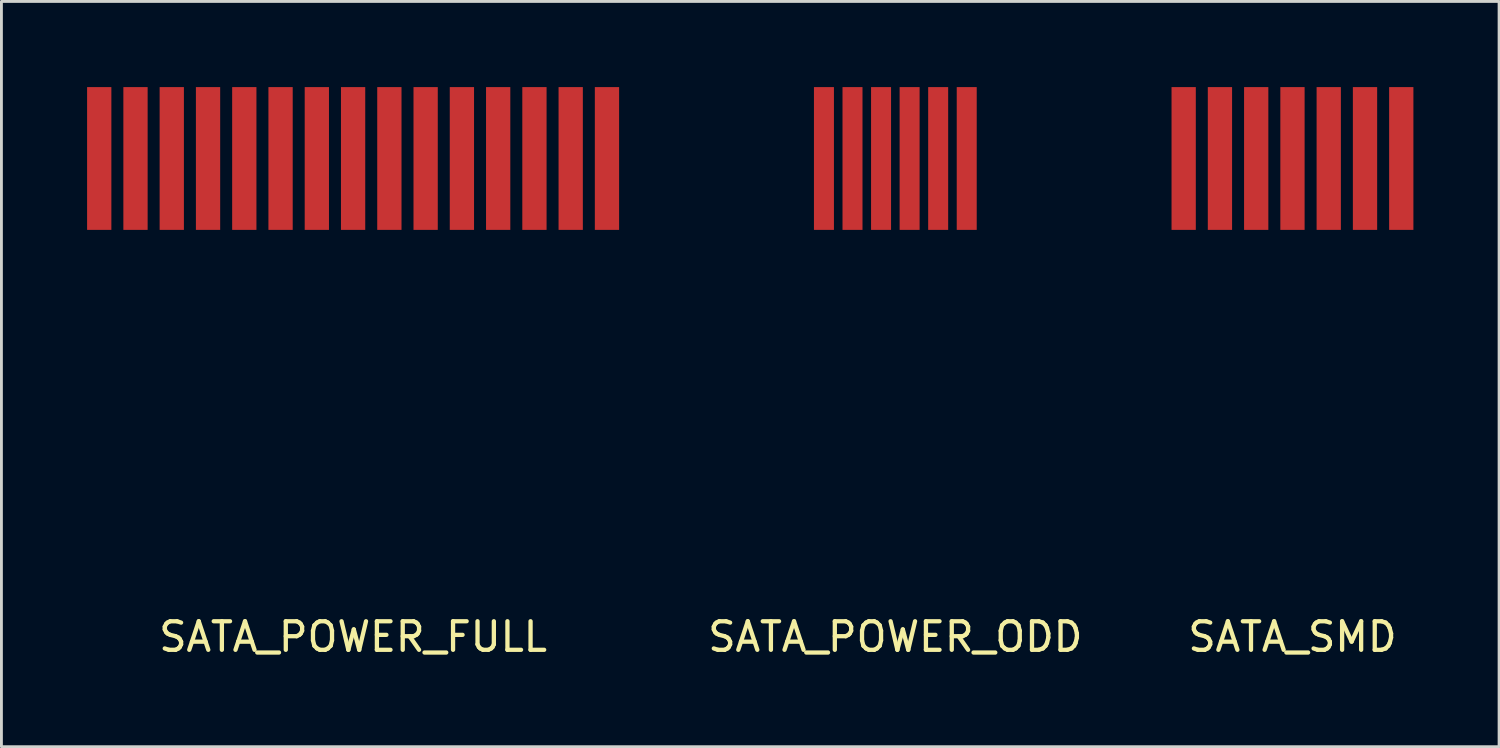
<source format=kicad_pcb>
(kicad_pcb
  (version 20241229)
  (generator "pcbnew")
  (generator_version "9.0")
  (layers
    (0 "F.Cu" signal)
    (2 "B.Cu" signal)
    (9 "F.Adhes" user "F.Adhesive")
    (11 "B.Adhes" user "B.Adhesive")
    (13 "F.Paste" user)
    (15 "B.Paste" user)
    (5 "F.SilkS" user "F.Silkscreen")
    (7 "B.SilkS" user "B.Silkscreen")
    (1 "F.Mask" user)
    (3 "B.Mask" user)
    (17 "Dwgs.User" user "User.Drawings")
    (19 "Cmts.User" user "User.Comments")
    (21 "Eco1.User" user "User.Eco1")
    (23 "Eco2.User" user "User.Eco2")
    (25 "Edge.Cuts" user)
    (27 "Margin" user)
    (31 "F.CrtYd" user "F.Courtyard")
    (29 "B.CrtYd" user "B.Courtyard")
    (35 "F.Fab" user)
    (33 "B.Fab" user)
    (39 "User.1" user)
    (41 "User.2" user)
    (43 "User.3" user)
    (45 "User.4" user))
  (footprint "SATA_SMD"
    (layer "F.Cu")
    (at 42.21 2.5)
    (property "Reference" "SATA_SMD" (at 0 16.75 0) (layer "F.SilkS") (effects (font (size 1 1) (thickness 0.15))))
    (attr through_hole)
    (pad "1" smd rect (at 3.81 0) (size 0.85 5) (layers "F.Cu" "F.Mask"))
    (pad "2" smd rect (at 2.54 0) (size 0.85 5) (layers "F.Cu" "F.Mask"))
    (pad "3" smd rect (at 1.27 0) (size 0.85 5) (layers "F.Cu" "F.Mask"))
    (pad "4" smd rect (at 0 0) (size 0.85 5) (layers "F.Cu" "F.Mask"))
    (pad "5" smd rect (at -1.27 0) (size 0.85 5) (layers "F.Cu" "F.Mask"))
    (pad "6" smd rect (at -2.54 0) (size 0.85 5) (layers "F.Cu" "F.Mask"))
    (pad "7" smd rect (at -3.81 0) (size 0.85 5) (layers "F.Cu" "F.Mask")))
  (footprint "SATA_POWER_FULL"
    (layer "F.Cu")
    (at 9.315 2.5)
    (property "Reference" "SATA_POWER_FULL" (at 0 16.75 0) (layer "F.SilkS") (effects (font (size 1 1) (thickness 0.15))))
    (attr through_hole)
    (pad "1" smd rect (at 8.89 0) (size 0.85 5) (layers "F.Cu" "F.Mask"))
    (pad "2" smd rect (at 7.62 0) (size 0.85 5) (layers "F.Cu" "F.Mask"))
    (pad "3" smd rect (at 6.35 0) (size 0.85 5) (layers "F.Cu" "F.Mask"))
    (pad "4" smd rect (at 5.08 0) (size 0.85 5) (layers "F.Cu" "F.Mask"))
    (pad "5" smd rect (at 3.81 0) (size 0.85 5) (layers "F.Cu" "F.Mask"))
    (pad "6" smd rect (at 2.54 0) (size 0.85 5) (layers "F.Cu" "F.Mask"))
    (pad "7" smd rect (at 1.27 0) (size 0.85 5) (layers "F.Cu" "F.Mask"))
    (pad "8" smd rect (at 0 0) (size 0.85 5) (layers "F.Cu" "F.Mask"))
    (pad "9" smd rect (at -1.27 0) (size 0.85 5) (layers "F.Cu" "F.Mask"))
    (pad "10" smd rect (at -2.54 0) (size 0.85 5) (layers "F.Cu" "F.Mask"))
    (pad "11" smd rect (at -3.81 0) (size 0.85 5) (layers "F.Cu" "F.Mask"))
    (pad "12" smd rect (at -5.08 0) (size 0.85 5) (layers "F.Cu" "F.Mask"))
    (pad "13" smd rect (at -6.35 0) (size 0.85 5) (layers "F.Cu" "F.Mask"))
    (pad "14" smd rect (at -7.62 0) (size 0.85 5) (layers "F.Cu" "F.Mask"))
    (pad "15" smd rect (at -8.89 0) (size 0.85 5) (layers "F.Cu" "F.Mask")))
  (footprint "SATA_POWER_ODD"
    (layer "F.Cu")
    (at 28.303 2.5)
    (property "Reference" "SATA_POWER_ODD" (at 0 16.75 0) (layer "F.SilkS") (effects (font (size 1 1) (thickness 0.15))))
    (attr through_hole)
    (pad "1" smd rect (at 2.5 0) (size 0.7 5) (layers "F.Cu" "F.Mask"))
    (pad "2" smd rect (at 1.5 0) (size 0.7 5) (layers "F.Cu" "F.Mask"))
    (pad "3" smd rect (at 0.5 0) (size 0.7 5) (layers "F.Cu" "F.Mask"))
    (pad "4" smd rect (at -0.5 0) (size 0.7 5) (layers "F.Cu" "F.Mask"))
    (pad "5" smd rect (at -1.5 0) (size 0.7 5) (layers "F.Cu" "F.Mask"))
    (pad "6" smd rect (at -2.5 0) (size 0.7 5) (layers "F.Cu" "F.Mask")))
  (gr_rect
    (start -3 -3)
    (end 49.445 23.098)
    (stroke (width 0.1) (type default))
    (fill no)
    (layer "Edge.Cuts")))
</source>
